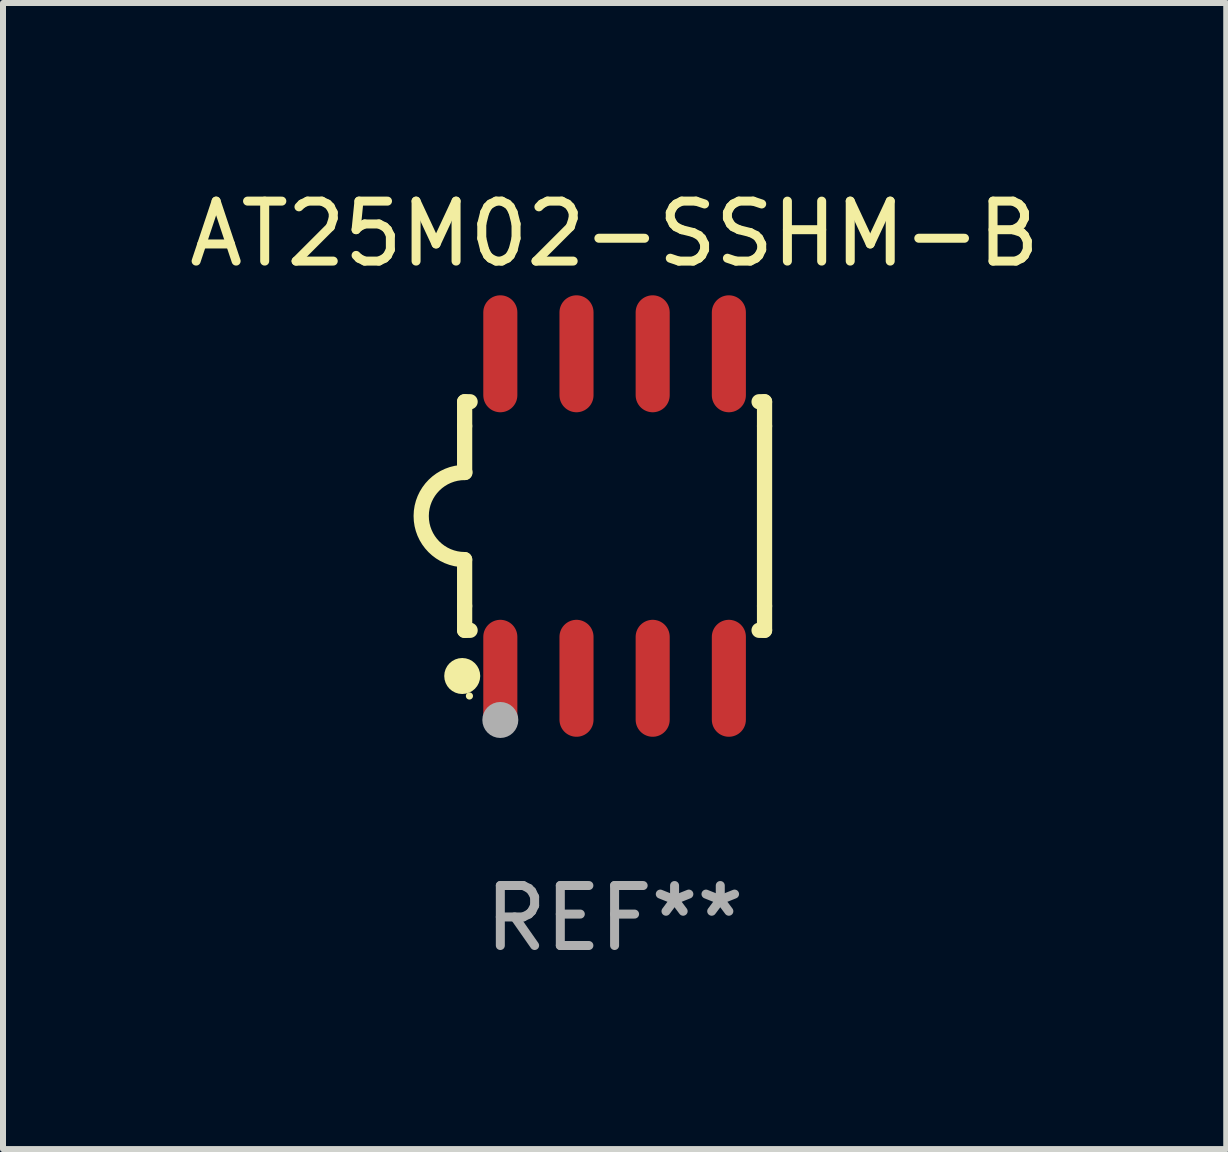
<source format=kicad_pcb>
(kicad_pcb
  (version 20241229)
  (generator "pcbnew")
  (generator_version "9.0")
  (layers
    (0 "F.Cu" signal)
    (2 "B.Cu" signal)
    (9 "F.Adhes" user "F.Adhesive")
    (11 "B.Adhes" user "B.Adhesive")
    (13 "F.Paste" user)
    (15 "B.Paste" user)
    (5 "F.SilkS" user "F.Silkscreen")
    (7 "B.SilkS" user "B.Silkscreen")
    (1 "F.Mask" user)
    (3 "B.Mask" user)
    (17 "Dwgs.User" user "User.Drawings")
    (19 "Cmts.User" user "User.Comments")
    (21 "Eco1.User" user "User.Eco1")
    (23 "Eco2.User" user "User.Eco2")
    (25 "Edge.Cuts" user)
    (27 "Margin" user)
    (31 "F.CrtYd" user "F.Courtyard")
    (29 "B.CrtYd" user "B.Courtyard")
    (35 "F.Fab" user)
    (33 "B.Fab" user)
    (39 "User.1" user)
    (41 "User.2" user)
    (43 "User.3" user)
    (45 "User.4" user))
  (footprint "AT25M02-SSHM-B"
    (layer "F.Cu")
    (at 7.196 5.553)
    (property "Reference" "AT25M02-SSHM-B" (at 0 -4.705 0) (layer "F.SilkS") (effects (font (size 1 1) (thickness 0.15))))
    (attr through_hole)
    (fp_line (start -2.5 -1.905) (end -2.409 -1.905) (stroke (width 0.254) (type solid)) (layer "F.SilkS"))
    (fp_line (start -2.5 -1.5) (end -2.5 -1.905) (stroke (width 0.254) (type solid)) (layer "F.SilkS"))
    (fp_line (start -2.5 -1.5) (end -2.5 -0.726) (stroke (width 0.254) (type solid)) (layer "F.SilkS"))
    (fp_line (start -2.5 1.5) (end -2.5 0.727) (stroke (width 0.254) (type solid)) (layer "F.SilkS"))
    (fp_line (start -2.5 1.5) (end -2.5 1.905) (stroke (width 0.254) (type solid)) (layer "F.SilkS"))
    (fp_line (start -2.5 1.905) (end -2.409 1.905) (stroke (width 0.254) (type solid)) (layer "F.SilkS"))
    (fp_line (start 2.5 -1.905) (end 2.409 -1.905) (stroke (width 0.254) (type solid)) (layer "F.SilkS"))
    (fp_line (start 2.5 -1.5) (end 2.5 -1.905) (stroke (width 0.254) (type solid)) (layer "F.SilkS"))
    (fp_line (start 2.5 -1.5) (end 2.5 1.5) (stroke (width 0.254) (type solid)) (layer "F.SilkS"))
    (fp_line (start 2.5 1.5) (end 2.5 1.905) (stroke (width 0.254) (type solid)) (layer "F.SilkS"))
    (fp_line (start 2.5 1.905) (end 2.409 1.905) (stroke (width 0.254) (type solid)) (layer "F.SilkS"))
    (fp_arc (start -2.5 0.726568) (mid -3.220316 -0.0023) (end -2.495097 -0.726289) (stroke (width 0.254001) (type solid)) (layer "F.SilkS"))
    (fp_circle (center -2.54 2.667) (end -2.39 2.667) (stroke (width 0.3) (type solid)) (fill no) (layer "F.SilkS"))
    (fp_circle (center -2.42 3) (end -2.39 3) (stroke (width 0.06) (type solid)) (fill no) (layer "F.SilkS"))
    (fp_circle (center -1.905 3.4) (end -1.755 3.4) (stroke (width 0.3) (type solid)) (fill no) (layer "F.Fab"))
    (fp_text user "REF**" (at 0 6.705 0) (layer "F.Fab") (effects (font (size 1 1) (thickness 0.15))))
    (pad "1" smd oval (at -1.905 2.705) (size 0.568 1.95) (layers "F.Cu" "F.Mask" "F.Paste"))
    (pad "2" smd oval (at -0.635 2.705) (size 0.568 1.95) (layers "F.Cu" "F.Mask" "F.Paste"))
    (pad "3" smd oval (at 0.635 2.705) (size 0.568 1.95) (layers "F.Cu" "F.Mask" "F.Paste"))
    (pad "4" smd oval (at 1.905 2.705) (size 0.568 1.95) (layers "F.Cu" "F.Mask" "F.Paste"))
    (pad "5" smd oval (at 1.905 -2.705) (size 0.568 1.95) (layers "F.Cu" "F.Mask" "F.Paste"))
    (pad "6" smd oval (at 0.635 -2.705) (size 0.568 1.95) (layers "F.Cu" "F.Mask" "F.Paste"))
    (pad "7" smd oval (at -0.635 -2.705) (size 0.568 1.95) (layers "F.Cu" "F.Mask" "F.Paste"))
    (pad "8" smd oval (at -1.905 -2.705) (size 0.568 1.95) (layers "F.Cu" "F.Mask" "F.Paste")))
  (gr_rect
    (start -3 -3)
    (end 17.393 16.107)
    (stroke (width 0.1) (type default))
    (fill no)
    (layer "Edge.Cuts")))
</source>
